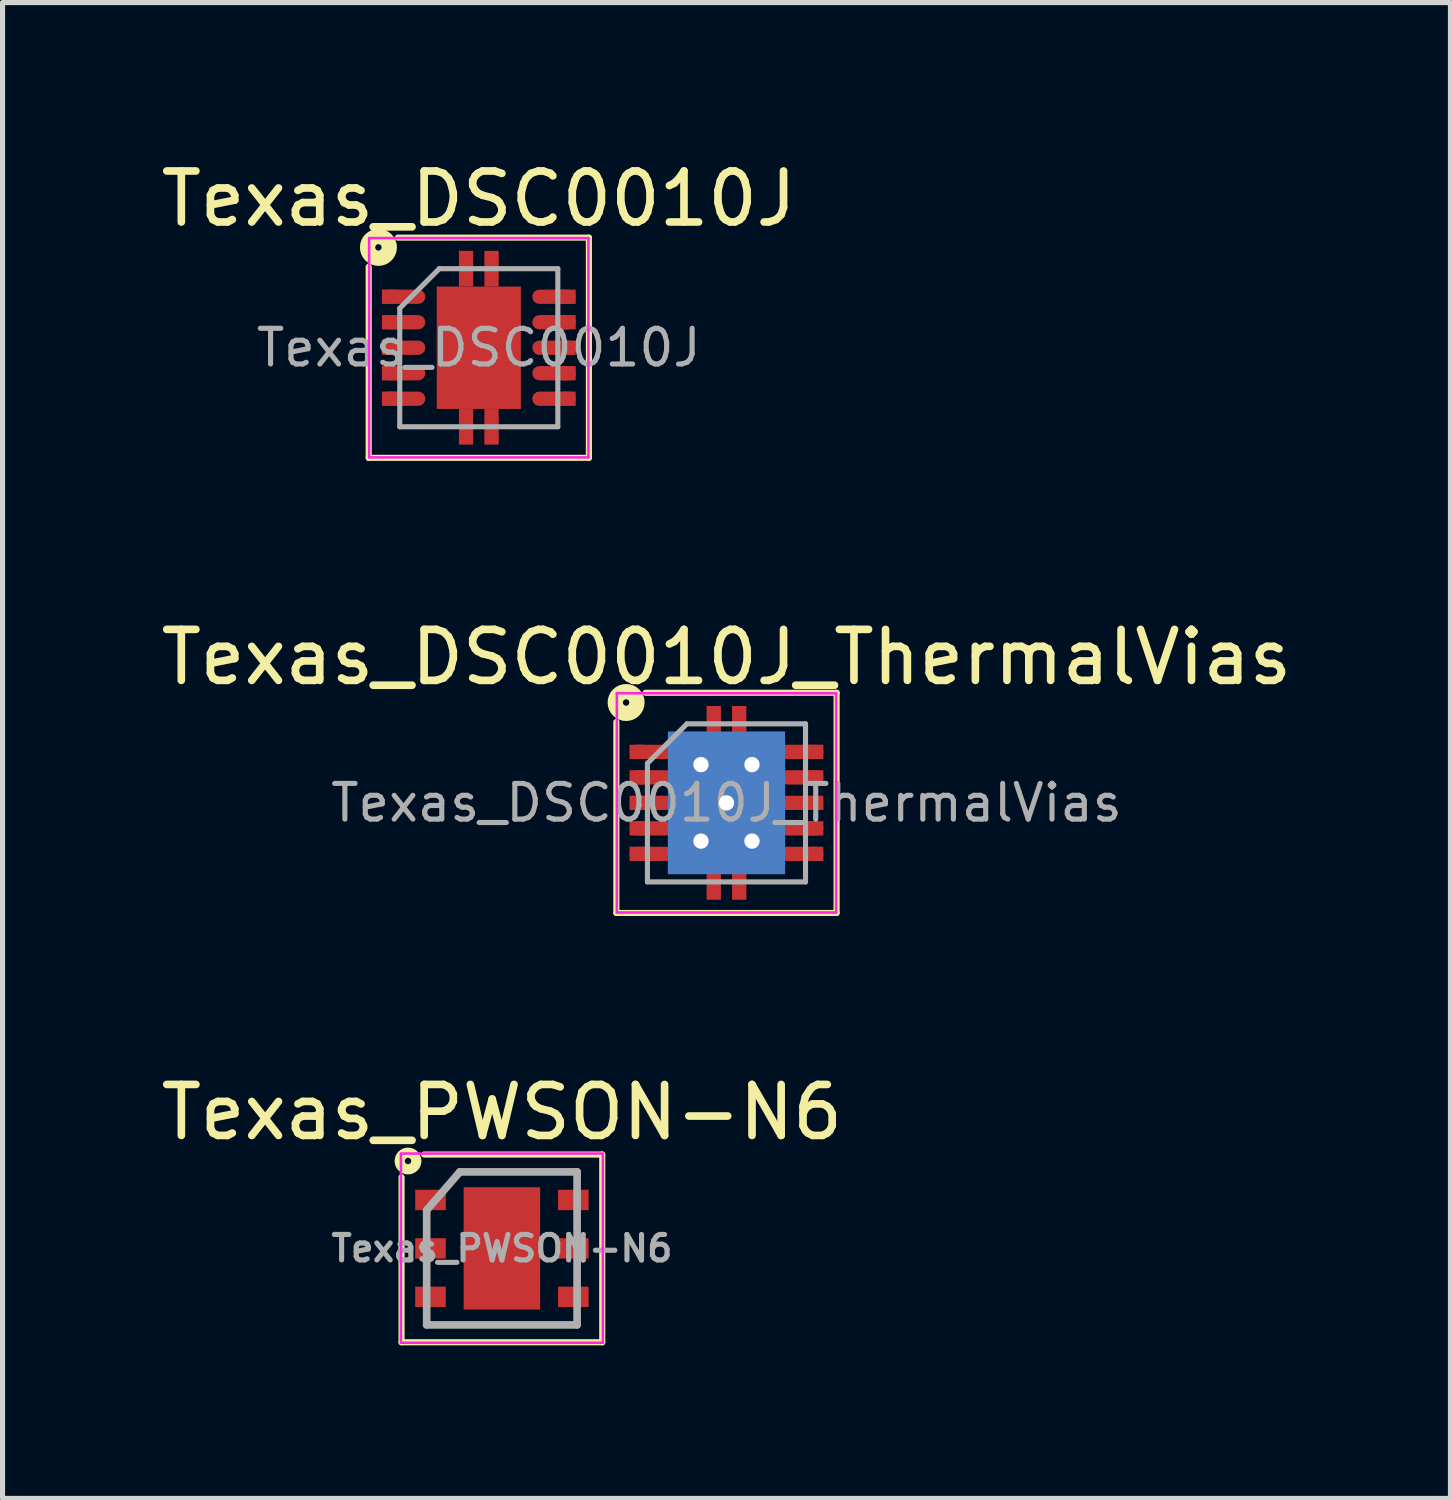
<source format=kicad_pcb>
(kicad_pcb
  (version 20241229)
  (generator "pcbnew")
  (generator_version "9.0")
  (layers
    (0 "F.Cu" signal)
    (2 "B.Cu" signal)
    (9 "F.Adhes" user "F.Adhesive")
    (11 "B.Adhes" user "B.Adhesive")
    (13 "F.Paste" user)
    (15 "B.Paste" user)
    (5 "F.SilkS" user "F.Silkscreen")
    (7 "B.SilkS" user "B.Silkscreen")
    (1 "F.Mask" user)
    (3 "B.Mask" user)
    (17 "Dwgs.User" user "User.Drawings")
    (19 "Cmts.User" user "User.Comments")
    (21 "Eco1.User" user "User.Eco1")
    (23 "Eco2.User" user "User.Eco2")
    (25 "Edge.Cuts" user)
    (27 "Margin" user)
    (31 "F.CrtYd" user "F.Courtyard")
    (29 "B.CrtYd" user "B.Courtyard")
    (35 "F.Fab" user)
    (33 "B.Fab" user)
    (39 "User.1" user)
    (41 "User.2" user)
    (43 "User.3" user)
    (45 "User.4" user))
  (footprint "Texas_DSC0010J"
    (layer "F.Cu")
    (at 6.339 3.769)
    (property "Reference" "Texas_DSC0010J" (at 0 -2.921 0) (layer "F.SilkS") (effects (font (size 1 1) (thickness 0.15))))
    (attr smd)
    (fp_line (start -2.159 2.159) (end -2.159 -1.587) (stroke (width 0.12) (type solid)) (layer "F.SilkS"))
    (fp_line (start -1.587 -2.159) (end 2.159 -2.159) (stroke (width 0.12) (type solid)) (layer "F.SilkS"))
    (fp_line (start 2.159 -2.159) (end 2.159 2.159) (stroke (width 0.12) (type solid)) (layer "F.SilkS"))
    (fp_line (start 2.159 2.159) (end -2.159 2.159) (stroke (width 0.12) (type solid)) (layer "F.SilkS"))
    (fp_circle (center -1.968 -1.968) (end -1.905 -1.968) (stroke (width 0.3) (type solid)) (fill no) (layer "F.SilkS"))
    (fp_line (start -2.15 -2.15) (end -2.15 2.15) (stroke (width 0.05) (type solid)) (layer "F.CrtYd"))
    (fp_line (start -2.15 -2.15) (end 2.15 -2.15) (stroke (width 0.05) (type solid)) (layer "F.CrtYd"))
    (fp_line (start -2.15 2.15) (end 2.15 2.15) (stroke (width 0.05) (type solid)) (layer "F.CrtYd"))
    (fp_line (start 2.15 -2.15) (end 2.15 2.15) (stroke (width 0.05) (type solid)) (layer "F.CrtYd"))
    (fp_line (start -1.55 1.55) (end -1.55 -0.775) (stroke (width 0.1) (type solid)) (layer "F.Fab"))
    (fp_line (start -0.775 -1.55) (end -1.55 -0.775) (stroke (width 0.1) (type solid)) (layer "F.Fab"))
    (fp_line (start -0.775 -1.55) (end 1.55 -1.55) (stroke (width 0.1) (type solid)) (layer "F.Fab"))
    (fp_line (start 1.55 -1.55) (end 1.55 1.55) (stroke (width 0.1) (type solid)) (layer "F.Fab"))
    (fp_line (start 1.55 1.55) (end -1.55 1.55) (stroke (width 0.1) (type solid)) (layer "F.Fab"))
    (fp_text user "${REFERENCE}" (at 0 0 0) (layer "F.Fab") (effects (font (size 0.7 0.7) (thickness 0.1))))
    (pad "1" smd rect (at -1.76 -1) (size 0.28 0.28) (layers "F.Cu" "F.Mask" "F.Paste"))
    (pad "1" smd oval (at -1.475 -1) (size 0.85 0.28) (layers "F.Cu" "F.Mask" "F.Paste"))
    (pad "2" smd rect (at -1.76 -0.5) (size 0.28 0.28) (layers "F.Cu" "F.Mask" "F.Paste"))
    (pad "2" smd oval (at -1.475 -0.5) (size 0.85 0.28) (layers "F.Cu" "F.Mask" "F.Paste"))
    (pad "3" smd rect (at -1.76 0) (size 0.28 0.28) (layers "F.Cu" "F.Mask" "F.Paste"))
    (pad "3" smd oval (at -1.475 0) (size 0.85 0.28) (layers "F.Cu" "F.Mask" "F.Paste"))
    (pad "4" smd rect (at -1.76 0.5) (size 0.28 0.28) (layers "F.Cu" "F.Mask" "F.Paste"))
    (pad "4" smd oval (at -1.475 0.5) (size 0.85 0.28) (layers "F.Cu" "F.Mask" "F.Paste"))
    (pad "5" smd rect (at -1.76 1) (size 0.28 0.28) (layers "F.Cu" "F.Mask" "F.Paste"))
    (pad "5" smd oval (at -1.475 1) (size 0.85 0.28) (layers "F.Cu" "F.Mask" "F.Paste"))
    (pad "6" smd oval (at 1.475 1) (size 0.85 0.28) (layers "F.Cu" "F.Mask" "F.Paste"))
    (pad "6" smd rect (at 1.76 1) (size 0.28 0.28) (layers "F.Cu" "F.Mask" "F.Paste"))
    (pad "7" smd oval (at 1.475 0.5) (size 0.85 0.28) (layers "F.Cu" "F.Mask" "F.Paste"))
    (pad "7" smd rect (at 1.76 0.5) (size 0.28 0.28) (layers "F.Cu" "F.Mask" "F.Paste"))
    (pad "8" smd oval (at 1.475 0) (size 0.85 0.28) (layers "F.Cu" "F.Mask" "F.Paste"))
    (pad "8" smd rect (at 1.76 0) (size 0.28 0.28) (layers "F.Cu" "F.Mask" "F.Paste"))
    (pad "9" smd oval (at 1.475 -0.5) (size 0.85 0.28) (layers "F.Cu" "F.Mask" "F.Paste"))
    (pad "9" smd rect (at 1.76 -0.5) (size 0.28 0.28) (layers "F.Cu" "F.Mask" "F.Paste"))
    (pad "10" smd oval (at 1.475 -1) (size 0.85 0.28) (layers "F.Cu" "F.Mask" "F.Paste"))
    (pad "10" smd rect (at 1.76 -1) (size 0.28 0.28) (layers "F.Cu" "F.Mask" "F.Paste"))
    (pad "11" smd rect (at -0.45 -0.635) (size 0.68 1.05) (layers "F.Cu" "F.Mask" "F.Paste"))
    (pad "11" smd rect (at -0.45 0.635) (size 0.68 1.05) (layers "F.Cu" "F.Mask" "F.Paste"))
    (pad "11" smd rect (at -0.25 -1.63) (size 0.26 0.5) (layers "F.Cu" "F.Mask" "F.Paste"))
    (pad "11" smd rect (at -0.25 -1.55) (size 0.28 0.7) (layers "F.Cu" "F.Mask"))
    (pad "11" smd rect (at -0.25 1.55) (size 0.28 0.7) (layers "F.Cu" "F.Mask"))
    (pad "11" smd rect (at -0.25 1.63) (size 0.26 0.5) (layers "F.Cu" "F.Mask" "F.Paste"))
    (pad "11" smd rect (at 0 0) (size 1.65 2.4) (layers "F.Cu" "F.Mask"))
    (pad "11" smd rect (at 0.25 -1.63) (size 0.26 0.5) (layers "F.Cu" "F.Mask" "F.Paste"))
    (pad "11" smd rect (at 0.25 -1.55) (size 0.28 0.7) (layers "F.Cu" "F.Mask"))
    (pad "11" smd rect (at 0.25 1.55) (size 0.28 0.7) (layers "F.Cu" "F.Mask"))
    (pad "11" smd rect (at 0.25 1.63) (size 0.26 0.5) (layers "F.Cu" "F.Mask" "F.Paste"))
    (pad "11" smd rect (at 0.45 -0.635) (size 0.68 1.05) (layers "F.Cu" "F.Mask" "F.Paste"))
    (pad "11" smd rect (at 0.45 0.635) (size 0.68 1.05) (layers "F.Cu" "F.Mask" "F.Paste")))
  (footprint "Texas_DSC0010J_ThermalVias"
    (layer "F.Cu")
    (at 11.196 12.694)
    (property "Reference" "Texas_DSC0010J_ThermalVias" (at 0 -2.857 0) (layer "F.SilkS") (effects (font (size 1 1) (thickness 0.15))))
    (attr smd)
    (fp_line (start -2.159 2.159) (end -2.159 -1.587) (stroke (width 0.12) (type solid)) (layer "F.SilkS"))
    (fp_line (start -1.587 -2.159) (end 2.159 -2.159) (stroke (width 0.12) (type solid)) (layer "F.SilkS"))
    (fp_line (start 2.159 -2.159) (end 2.159 2.159) (stroke (width 0.12) (type solid)) (layer "F.SilkS"))
    (fp_line (start 2.159 2.159) (end -2.159 2.159) (stroke (width 0.12) (type solid)) (layer "F.SilkS"))
    (fp_circle (center -1.968 -1.968) (end -1.905 -1.968) (stroke (width 0.3) (type solid)) (fill no) (layer "F.SilkS"))
    (fp_line (start -2.15 -2.15) (end -2.15 2.15) (stroke (width 0.05) (type solid)) (layer "F.CrtYd"))
    (fp_line (start -2.15 -2.15) (end 2.15 -2.15) (stroke (width 0.05) (type solid)) (layer "F.CrtYd"))
    (fp_line (start -2.15 2.15) (end 2.15 2.15) (stroke (width 0.05) (type solid)) (layer "F.CrtYd"))
    (fp_line (start 2.15 -2.15) (end 2.15 2.15) (stroke (width 0.05) (type solid)) (layer "F.CrtYd"))
    (fp_line (start -1.55 1.55) (end -1.55 -0.775) (stroke (width 0.1) (type solid)) (layer "F.Fab"))
    (fp_line (start -0.775 -1.55) (end -1.55 -0.775) (stroke (width 0.1) (type solid)) (layer "F.Fab"))
    (fp_line (start -0.775 -1.55) (end 1.55 -1.55) (stroke (width 0.1) (type solid)) (layer "F.Fab"))
    (fp_line (start 1.55 -1.55) (end 1.55 1.55) (stroke (width 0.1) (type solid)) (layer "F.Fab"))
    (fp_line (start 1.55 1.55) (end -1.55 1.55) (stroke (width 0.1) (type solid)) (layer "F.Fab"))
    (fp_text user "${REFERENCE}" (at 0 0 0) (layer "F.Fab") (effects (font (size 0.7 0.7) (thickness 0.1))))
    (pad "1" smd rect (at -1.76 -1) (size 0.28 0.28) (layers "F.Cu" "F.Mask" "F.Paste"))
    (pad "1" smd oval (at -1.475 -1) (size 0.85 0.28) (layers "F.Cu" "F.Mask" "F.Paste"))
    (pad "2" smd rect (at -1.76 -0.5) (size 0.28 0.28) (layers "F.Cu" "F.Mask" "F.Paste"))
    (pad "2" smd oval (at -1.475 -0.5) (size 0.85 0.28) (layers "F.Cu" "F.Mask" "F.Paste"))
    (pad "3" smd rect (at -1.76 0) (size 0.28 0.28) (layers "F.Cu" "F.Mask" "F.Paste"))
    (pad "3" smd oval (at -1.475 0) (size 0.85 0.28) (layers "F.Cu" "F.Mask" "F.Paste"))
    (pad "4" smd rect (at -1.76 0.5) (size 0.28 0.28) (layers "F.Cu" "F.Mask" "F.Paste"))
    (pad "4" smd oval (at -1.475 0.5) (size 0.85 0.28) (layers "F.Cu" "F.Mask" "F.Paste"))
    (pad "5" smd rect (at -1.76 1) (size 0.28 0.28) (layers "F.Cu" "F.Mask" "F.Paste"))
    (pad "5" smd oval (at -1.475 1) (size 0.85 0.28) (layers "F.Cu" "F.Mask" "F.Paste"))
    (pad "6" smd oval (at 1.475 1) (size 0.85 0.28) (layers "F.Cu" "F.Mask" "F.Paste"))
    (pad "6" smd rect (at 1.76 1) (size 0.28 0.28) (layers "F.Cu" "F.Mask" "F.Paste"))
    (pad "7" smd oval (at 1.475 0.5) (size 0.85 0.28) (layers "F.Cu" "F.Mask" "F.Paste"))
    (pad "7" smd rect (at 1.76 0.5) (size 0.28 0.28) (layers "F.Cu" "F.Mask" "F.Paste"))
    (pad "8" smd oval (at 1.475 0) (size 0.85 0.28) (layers "F.Cu" "F.Mask" "F.Paste"))
    (pad "8" smd rect (at 1.76 0) (size 0.28 0.28) (layers "F.Cu" "F.Mask" "F.Paste"))
    (pad "9" smd oval (at 1.475 -0.5) (size 0.85 0.28) (layers "F.Cu" "F.Mask" "F.Paste"))
    (pad "9" smd rect (at 1.76 -0.5) (size 0.28 0.28) (layers "F.Cu" "F.Mask" "F.Paste"))
    (pad "10" smd oval (at 1.475 -1) (size 0.85 0.28) (layers "F.Cu" "F.Mask" "F.Paste"))
    (pad "10" smd rect (at 1.76 -1) (size 0.28 0.28) (layers "F.Cu" "F.Mask" "F.Paste"))
    (pad "11" thru_hole circle (at -0.5 -0.75) (size 0.6 0.6) (drill 0.3) (layers "*.Cu" "*.Mask"))
    (pad "11" thru_hole circle (at -0.5 0.75) (size 0.6 0.6) (drill 0.3) (layers "*.Cu" "*.Mask"))
    (pad "11" smd rect (at -0.45 -0.635) (size 0.68 1.05) (layers "F.Cu" "F.Mask" "F.Paste"))
    (pad "11" smd rect (at -0.45 0.635) (size 0.68 1.05) (layers "F.Cu" "F.Mask" "F.Paste"))
    (pad "11" smd rect (at -0.25 -1.63) (size 0.26 0.5) (layers "F.Cu" "F.Mask" "F.Paste"))
    (pad "11" smd rect (at -0.25 -1.55) (size 0.28 0.7) (layers "F.Cu" "F.Mask"))
    (pad "11" smd rect (at -0.25 1.55) (size 0.28 0.7) (layers "F.Cu" "F.Mask"))
    (pad "11" smd rect (at -0.25 1.63) (size 0.26 0.5) (layers "F.Cu" "F.Mask" "F.Paste"))
    (pad "11" thru_hole circle (at 0 0) (size 0.6 0.6) (drill 0.3) (layers "*.Cu" "*.Mask"))
    (pad "11" smd rect (at 0 0) (size 1.65 2.4) (layers "F.Cu" "F.Mask"))
    (pad "11" smd rect (at 0 0) (size 2.3 2.8) (layers "B.Cu" "B.Mask"))
    (pad "11" smd rect (at 0.25 -1.63) (size 0.26 0.5) (layers "F.Cu" "F.Mask" "F.Paste"))
    (pad "11" smd rect (at 0.25 -1.55) (size 0.28 0.7) (layers "F.Cu" "F.Mask"))
    (pad "11" smd rect (at 0.25 1.55) (size 0.28 0.7) (layers "F.Cu" "F.Mask"))
    (pad "11" smd rect (at 0.25 1.63) (size 0.26 0.5) (layers "F.Cu" "F.Mask" "F.Paste"))
    (pad "11" smd rect (at 0.45 -0.635) (size 0.68 1.05) (layers "F.Cu" "F.Mask" "F.Paste"))
    (pad "11" smd rect (at 0.45 0.635) (size 0.68 1.05) (layers "F.Cu" "F.Mask" "F.Paste"))
    (pad "11" thru_hole circle (at 0.5 -0.75) (size 0.6 0.6) (drill 0.3) (layers "*.Cu" "*.Mask"))
    (pad "11" thru_hole circle (at 0.5 0.75) (size 0.6 0.6) (drill 0.3) (layers "*.Cu" "*.Mask")))
  (footprint "Texas_PWSON-N6"
    (layer "F.Cu")
    (at 6.792 21.431)
    (property "Reference" "Texas_PWSON-N6" (at 0 -2.67 0) (layer "F.SilkS") (effects (font (size 1 1) (thickness 0.15))))
    (attr smd)
    (fp_line (start -1.968 1.841) (end -1.968 -1.397) (stroke (width 0.12) (type solid)) (layer "F.SilkS"))
    (fp_line (start -1.524 -1.841) (end 1.968 -1.841) (stroke (width 0.12) (type solid)) (layer "F.SilkS"))
    (fp_line (start 1.968 -1.841) (end 1.968 1.841) (stroke (width 0.12) (type solid)) (layer "F.SilkS"))
    (fp_line (start 1.968 1.841) (end -1.968 1.841) (stroke (width 0.12) (type solid)) (layer "F.SilkS"))
    (fp_circle (center -1.841 -1.714) (end -1.778 -1.714) (stroke (width 0.2) (type solid)) (fill no) (layer "F.SilkS"))
    (fp_line (start -1.98 -1.86) (end 1.98 -1.86) (stroke (width 0.05) (type solid)) (layer "F.CrtYd"))
    (fp_line (start -1.98 1.85) (end -1.98 -1.85) (stroke (width 0.05) (type solid)) (layer "F.CrtYd"))
    (fp_line (start -1.98 1.85) (end 1.98 1.85) (stroke (width 0.05) (type solid)) (layer "F.CrtYd"))
    (fp_line (start 1.98 1.85) (end 1.98 -1.85) (stroke (width 0.05) (type solid)) (layer "F.CrtYd"))
    (fp_line (start -1.475 -0.75) (end -0.825 -1.5) (stroke (width 0.15) (type solid)) (layer "F.Fab"))
    (fp_line (start -1.475 1.5) (end -1.475 -0.75) (stroke (width 0.15) (type solid)) (layer "F.Fab"))
    (fp_line (start 1.475 -1.5) (end -0.825 -1.5) (stroke (width 0.15) (type solid)) (layer "F.Fab"))
    (fp_line (start 1.475 -1.5) (end 1.475 1.5) (stroke (width 0.15) (type solid)) (layer "F.Fab"))
    (fp_line (start 1.475 1.5) (end -1.475 1.5) (stroke (width 0.15) (type solid)) (layer "F.Fab"))
    (fp_text user "${REFERENCE}" (at 0 0 0) (layer "F.Fab") (effects (font (size 0.5 0.5) (thickness 0.1))))
    (pad "1" smd rect (at -1.4 -0.95) (size 0.6 0.4) (layers "F.Cu" "F.Mask" "F.Paste"))
    (pad "2" smd rect (at -1.4 0) (size 0.6 0.4) (layers "F.Cu" "F.Mask" "F.Paste"))
    (pad "3" smd rect (at -1.4 0.95) (size 0.6 0.4) (layers "F.Cu" "F.Mask" "F.Paste"))
    (pad "4" smd rect (at 1.4 0.95) (size 0.6 0.4) (layers "F.Cu" "F.Mask" "F.Paste"))
    (pad "5" smd rect (at 1.4 0) (size 0.6 0.4) (layers "F.Cu" "F.Mask" "F.Paste"))
    (pad "6" smd rect (at 1.4 -0.95) (size 0.6 0.4) (layers "F.Cu" "F.Mask" "F.Paste"))
    (pad "7" smd rect (at 0 0) (size 1.5 2.4) (layers "F.Cu" "F.Mask" "F.Paste")))
  (gr_rect
    (start -3 -3)
    (end 25.393 26.333)
    (stroke (width 0.1) (type default))
    (fill no)
    (layer "Edge.Cuts")))
</source>
